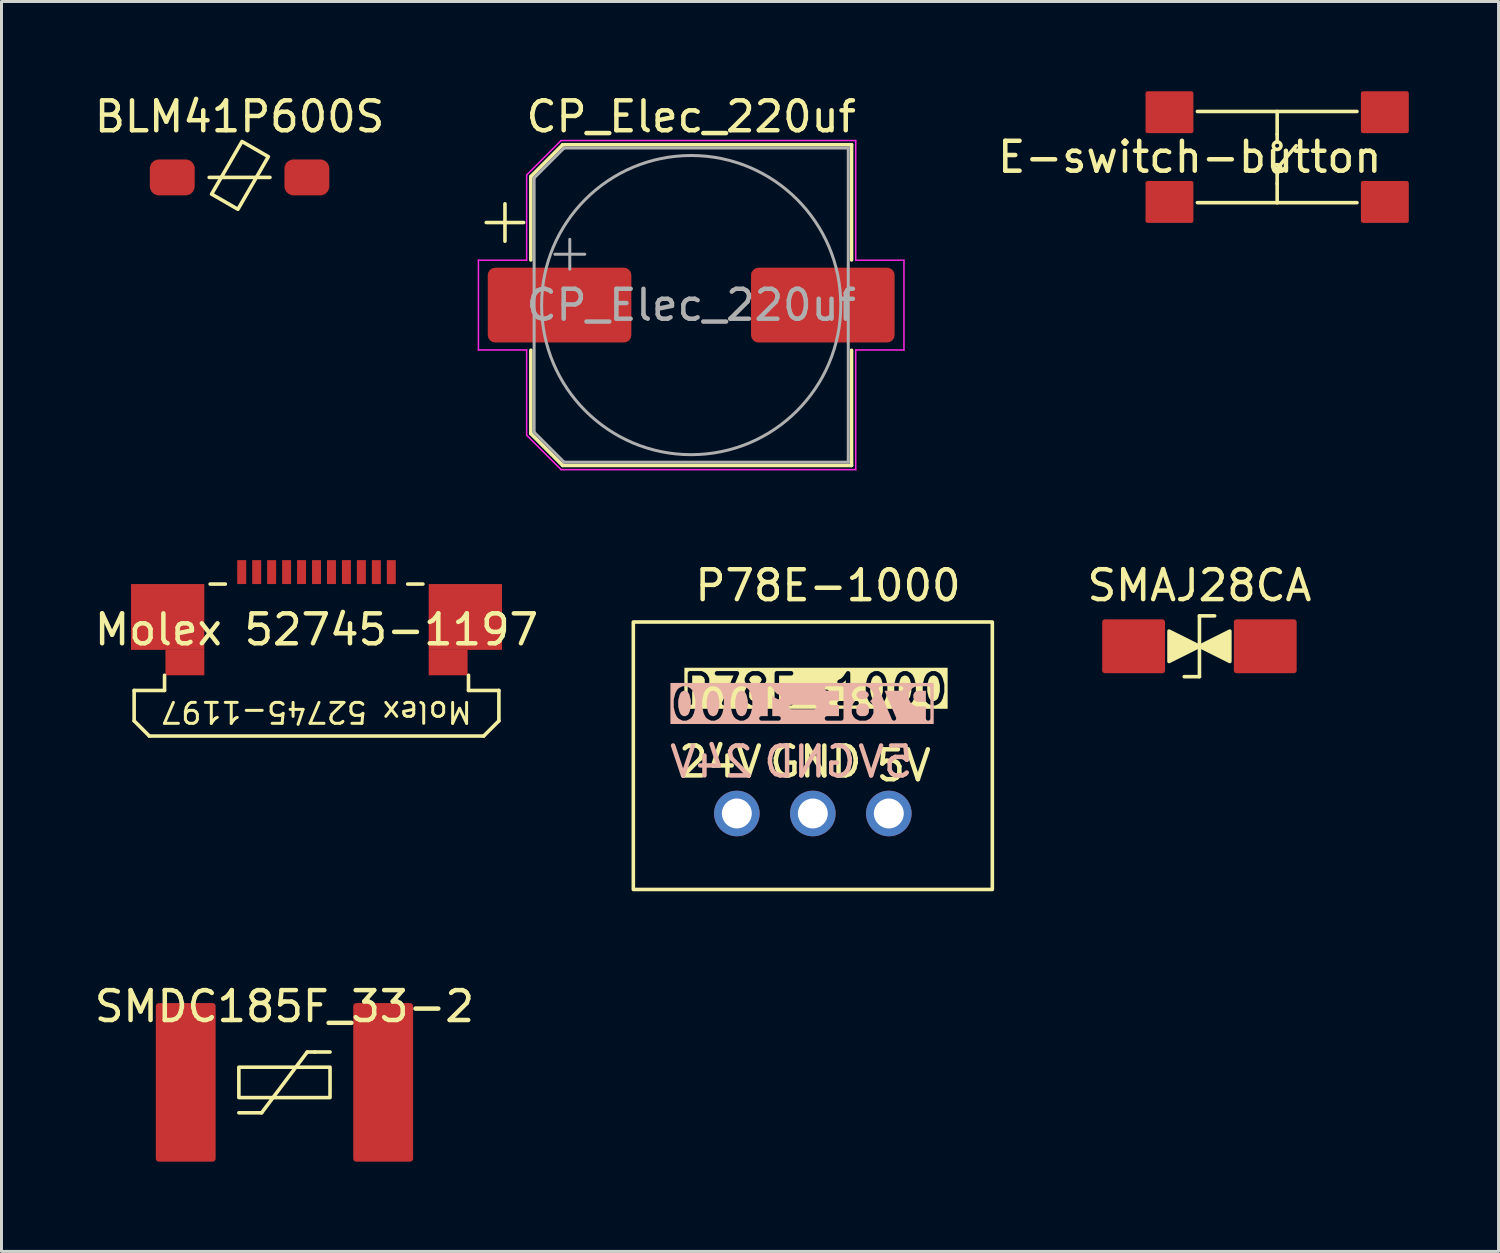
<source format=kicad_pcb>
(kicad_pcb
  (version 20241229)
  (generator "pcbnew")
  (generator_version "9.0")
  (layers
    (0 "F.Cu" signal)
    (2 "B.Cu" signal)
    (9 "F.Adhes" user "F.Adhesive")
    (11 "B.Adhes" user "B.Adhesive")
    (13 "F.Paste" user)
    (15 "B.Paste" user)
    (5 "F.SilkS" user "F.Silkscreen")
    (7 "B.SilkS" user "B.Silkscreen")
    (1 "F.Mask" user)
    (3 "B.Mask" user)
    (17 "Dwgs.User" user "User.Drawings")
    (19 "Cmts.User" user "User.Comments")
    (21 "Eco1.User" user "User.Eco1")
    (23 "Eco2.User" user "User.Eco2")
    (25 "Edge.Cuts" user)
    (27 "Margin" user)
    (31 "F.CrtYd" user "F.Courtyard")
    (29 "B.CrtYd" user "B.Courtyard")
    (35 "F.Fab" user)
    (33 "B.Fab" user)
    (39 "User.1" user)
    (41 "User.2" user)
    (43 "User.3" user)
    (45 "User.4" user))
  (footprint "P78E-1000"
    (layer "F.Cu")
    (at 24.12 24.142)
    (property "Reference" "P78E-1000" (at 0.508 -7.62 0) (unlocked yes) (layer "F.SilkS") (effects (font (size 1 1) (thickness 0.15))))
    (attr through_hole)
    (fp_rect (start -6 -6.4) (end 6 2.54) (stroke (width 0.12) (type default)) (fill no) (layer "F.SilkS"))
    (fp_text user "5V " (at 2.032 -1.016 0) (unlocked yes) (layer "F.SilkS") (effects (font (size 1 1) (thickness 0.15)) (justify left bottom)))
    (fp_text user "GND" (at -1.524 -1.143 0) (unlocked yes) (layer "F.SilkS") (effects (font (size 1 1) (thickness 0.15)) (justify left bottom)))
    (fp_text user "P78E-1000" (at -4.445 -3.556 0) (unlocked yes) (layer "F.SilkS" knockout) (effects (font (size 1 1) (thickness 0.15)) (justify left bottom)))
    (fp_text user "24V " (at -4.572 -1.143 0) (unlocked yes) (layer "F.SilkS") (effects (font (size 1 1) (thickness 0.15)) (justify left bottom)))
    (fp_text user "24V " (at -1.905 -1.143 0) (unlocked yes) (layer "B.SilkS") (effects (font (size 1 1) (thickness 0.15)) (justify left bottom mirror)))
    (fp_text user "P78E-1000" (at 4.191 -3.048 0) (unlocked yes) (layer "B.SilkS" knockout) (effects (font (size 1 1) (thickness 0.15)) (justify left bottom mirror)))
    (fp_text user "5V " (at 3.429 -1.143 0) (unlocked yes) (layer "B.SilkS") (effects (font (size 1 1) (thickness 0.15)) (justify left bottom mirror)))
    (fp_text user "GND" (at 1.524 -1.143 0) (unlocked yes) (layer "B.SilkS") (effects (font (size 1 1) (thickness 0.15)) (justify left bottom mirror)))
    (pad "1" thru_hole circle (at -2.54 0) (size 1.524 1.524) (drill 1) (layers "*.Cu" "*.Mask"))
    (pad "2" thru_hole circle (at 0 0) (size 1.524 1.524) (drill 1) (layers "*.Cu" "*.Mask"))
    (pad "3" thru_hole circle (at 2.54 0) (size 1.524 1.524) (drill 1) (layers "*.Cu" "*.Mask")))
  (footprint "E-switch-button"
    (layer "F.Cu")
    (at 39.641 2.2)
    (property "Reference" "E-switch-button" (at -2.921 0 0) (unlocked yes) (layer "F.SilkS") (effects (font (size 1 1) (thickness 0.15))))
    (attr smd)
    (fp_line (start -2.667 -1.524) (end 2.667 -1.524) (stroke (width 0.12) (type default)) (layer "F.SilkS"))
    (fp_line (start -2.667 1.524) (end 0 1.524) (stroke (width 0.12) (type default)) (layer "F.SilkS"))
    (fp_line (start 0 -0.762) (end 0 -1.524) (stroke (width 0.12) (type default)) (layer "F.SilkS"))
    (fp_line (start 0 -0.762) (end 0 -0.508) (stroke (width 0.12) (type default)) (layer "F.SilkS"))
    (fp_line (start 0 0.381) (end 0.635 -0.381) (stroke (width 0.12) (type default)) (layer "F.SilkS"))
    (fp_line (start 0 0.889) (end 0 0.508) (stroke (width 0.12) (type default)) (layer "F.SilkS"))
    (fp_line (start 0 1.524) (end 0 0.889) (stroke (width 0.12) (type default)) (layer "F.SilkS"))
    (fp_line (start 0 1.524) (end 2.667 1.524) (stroke (width 0.12) (type default)) (layer "F.SilkS"))
    (fp_circle (center 0 -0.381) (end 0.127 -0.381) (stroke (width 0.12) (type default)) (fill no) (layer "F.SilkS"))
    (fp_circle (center 0 0.381) (end 0.127 0.381) (stroke (width 0.12) (type default)) (fill no) (layer "F.SilkS"))
    (pad "1" smd roundrect (at -3.6 1.5) (size 1.6 1.4) (layers "*.Paste" "F.Cu" "F.Mask") (roundrect_rratio 0.05))
    (pad "2" smd roundrect (at 3.6 1.5) (size 1.6 1.4) (layers "*.Paste" "F.Cu" "F.Mask") (roundrect_rratio 0.05))
    (pad "3" smd roundrect (at -3.6 -1.5) (size 1.6 1.4) (layers "*.Paste" "F.Cu" "F.Mask") (roundrect_rratio 0.05))
    (pad "4" smd roundrect (at 3.6 -1.5) (size 1.6 1.4) (layers "*.Paste" "F.Cu" "F.Mask") (roundrect_rratio 0.05)))
  (footprint "SMDC185F_33-2"
    (layer "F.Cu")
    (at 6.458 33.13)
    (property "Reference" "SMDC185F_33-2" (at 0 -2.54 0) (unlocked yes) (layer "F.SilkS") (effects (font (size 1 1) (thickness 0.15))))
    (attr smd)
    (fp_line (start -0.762 1.016) (end -1.524 1.016) (stroke (width 0.12) (type default)) (layer "F.SilkS"))
    (fp_line (start -0.762 1.016) (end 0.762 -1.016) (stroke (width 0.12) (type default)) (layer "F.SilkS"))
    (fp_line (start 1.016 -1.016) (end 0.762 -1.016) (stroke (width 0.12) (type default)) (layer "F.SilkS"))
    (fp_line (start 1.016 -1.016) (end 1.524 -1.016) (stroke (width 0.12) (type default)) (layer "F.SilkS"))
    (fp_rect (start 1.524 -0.508) (end -1.524 0.508) (stroke (width 0.12) (type default)) (fill no) (layer "F.SilkS"))
    (pad "1" smd roundrect (at -3.3 0) (size 2 5.3) (layers "F.Cu" "F.Mask" "F.Paste") (roundrect_rratio 0.05))
    (pad "2" smd roundrect (at 3.3 0) (size 2 5.3) (layers "F.Cu" "F.Mask" "F.Paste") (roundrect_rratio 0.05)))
  (footprint "CP_Elec_220uf"
    (layer "F.Cu")
    (at 20.054 7.148)
    (property "Reference" "CP_Elec_220uf" (at 0 -6.3 0) (layer "F.SilkS") (effects (font (size 1 1) (thickness 0.15))))
    (attr smd)
    (fp_line (start -6.85 -2.76) (end -5.6 -2.76) (stroke (width 0.12) (type solid)) (layer "F.SilkS"))
    (fp_line (start -6.225 -3.385) (end -6.225 -2.135) (stroke (width 0.12) (type solid)) (layer "F.SilkS"))
    (fp_line (start -5.36 -4.296) (end -5.36 -1.51) (stroke (width 0.12) (type solid)) (layer "F.SilkS"))
    (fp_line (start -5.36 -4.296) (end -4.296 -5.36) (stroke (width 0.12) (type solid)) (layer "F.SilkS"))
    (fp_line (start -5.36 4.296) (end -5.36 1.51) (stroke (width 0.12) (type solid)) (layer "F.SilkS"))
    (fp_line (start -5.36 4.296) (end -4.296 5.36) (stroke (width 0.12) (type solid)) (layer "F.SilkS"))
    (fp_line (start -4.296 -5.36) (end 5.36 -5.36) (stroke (width 0.12) (type solid)) (layer "F.SilkS"))
    (fp_line (start -4.296 5.36) (end 5.36 5.36) (stroke (width 0.12) (type solid)) (layer "F.SilkS"))
    (fp_line (start 5.36 -5.36) (end 5.36 -1.51) (stroke (width 0.12) (type solid)) (layer "F.SilkS"))
    (fp_line (start 5.36 5.36) (end 5.36 1.51) (stroke (width 0.12) (type solid)) (layer "F.SilkS"))
    (fp_line (start -7.112 -1.5) (end -7.112 1.5) (stroke (width 0.05) (type solid)) (layer "F.CrtYd"))
    (fp_line (start -7.112 1.5) (end -5.5 1.5) (stroke (width 0.05) (type solid)) (layer "F.CrtYd"))
    (fp_line (start -5.5 -4.35) (end -5.5 -1.5) (stroke (width 0.05) (type solid)) (layer "F.CrtYd"))
    (fp_line (start -5.5 -4.35) (end -4.35 -5.5) (stroke (width 0.05) (type solid)) (layer "F.CrtYd"))
    (fp_line (start -5.5 -1.5) (end -7.112 -1.5) (stroke (width 0.05) (type solid)) (layer "F.CrtYd"))
    (fp_line (start -5.5 1.5) (end -5.5 4.35) (stroke (width 0.05) (type solid)) (layer "F.CrtYd"))
    (fp_line (start -5.5 4.35) (end -4.35 5.5) (stroke (width 0.05) (type solid)) (layer "F.CrtYd"))
    (fp_line (start -4.35 -5.5) (end 5.5 -5.5) (stroke (width 0.05) (type solid)) (layer "F.CrtYd"))
    (fp_line (start -4.35 5.5) (end 5.5 5.5) (stroke (width 0.05) (type solid)) (layer "F.CrtYd"))
    (fp_line (start 5.5 -5.5) (end 5.5 -1.5) (stroke (width 0.05) (type solid)) (layer "F.CrtYd"))
    (fp_line (start 5.5 -1.5) (end 7.112 -1.5) (stroke (width 0.05) (type solid)) (layer "F.CrtYd"))
    (fp_line (start 5.5 1.5) (end 5.5 5.5) (stroke (width 0.05) (type solid)) (layer "F.CrtYd"))
    (fp_line (start 7.112 -1.5) (end 7.112 1.5) (stroke (width 0.05) (type solid)) (layer "F.CrtYd"))
    (fp_line (start 7.112 1.5) (end 5.5 1.5) (stroke (width 0.05) (type solid)) (layer "F.CrtYd"))
    (fp_line (start -5.25 -4.25) (end -5.25 4.25) (stroke (width 0.1) (type solid)) (layer "F.Fab"))
    (fp_line (start -5.25 -4.25) (end -4.25 -5.25) (stroke (width 0.1) (type solid)) (layer "F.Fab"))
    (fp_line (start -5.25 4.25) (end -4.25 5.25) (stroke (width 0.1) (type solid)) (layer "F.Fab"))
    (fp_line (start -4.558 -1.7) (end -3.558 -1.7) (stroke (width 0.1) (type solid)) (layer "F.Fab"))
    (fp_line (start -4.25 -5.25) (end 5.25 -5.25) (stroke (width 0.1) (type solid)) (layer "F.Fab"))
    (fp_line (start -4.25 5.25) (end 5.25 5.25) (stroke (width 0.1) (type solid)) (layer "F.Fab"))
    (fp_line (start -4.058 -2.2) (end -4.058 -1.2) (stroke (width 0.1) (type solid)) (layer "F.Fab"))
    (fp_line (start 5.25 -5.25) (end 5.25 5.25) (stroke (width 0.1) (type solid)) (layer "F.Fab"))
    (fp_circle (center 0 0) (end 5 0) (stroke (width 0.1) (type solid)) (fill no) (layer "F.Fab"))
    (fp_text user "${REFERENCE}" (at 0 0 0) (layer "F.Fab") (effects (font (size 1 1) (thickness 0.15))))
    (pad "1" smd roundrect (at -4.4 0) (size 4.8 2.5) (layers "F.Cu" "F.Mask" "F.Paste") (roundrect_rratio 0.1))
    (pad "2" smd roundrect (at 4.4 0) (size 4.8 2.5) (layers "F.Cu" "F.Mask" "F.Paste") (roundrect_rratio 0.1)))
  (footprint "BLM41P600S"
    (layer "F.Cu")
    (at 4.958 2.88)
    (property "Reference" "BLM41P600S" (at 0 -2.032 0) (unlocked yes) (layer "F.SilkS") (effects (font (size 1 1) (thickness 0.15))))
    (attr smd)
    (fp_line (start -1.016 0) (end -0.508 0) (stroke (width 0.12) (type default)) (layer "F.SilkS"))
    (fp_line (start -0.508 0) (end 1.016 0) (stroke (width 0.12) (type default)) (layer "F.SilkS"))
    (fp_poly (pts (xy 0.081 -1.201) (xy 0.961 -0.693) (xy -0.055 1.066) (xy -0.935 0.558)) (stroke (width 0.12) (type default)) (fill no) (layer "F.SilkS"))
    (pad "1" smd roundrect (at 2.25 0) (size 1.5 1.2) (layers "F.Cu" "F.Mask" "F.Paste") (roundrect_rratio 0.25))
    (pad "2" smd roundrect (at -2.25 0) (size 1.5 1.2) (layers "F.Cu" "F.Mask" "F.Paste") (roundrect_rratio 0.25)))
  (footprint "Molex 52745-1197"
    (layer "F.Cu")
    (at 7.53 16.473)
    (property "Reference" "Molex 52745-1197" (at 0 1.524 0) (unlocked yes) (layer "F.SilkS") (effects (font (size 1 1) (thickness 0.15))))
    (attr smd)
    (fp_line (start -6.096 3.556) (end -5.08 3.556) (stroke (width 0.12) (type default)) (layer "F.SilkS"))
    (fp_line (start -6.096 4.572) (end -6.096 3.556) (stroke (width 0.12) (type default)) (layer "F.SilkS"))
    (fp_line (start -5.588 5.08) (end -6.096 4.572) (stroke (width 0.12) (type default)) (layer "F.SilkS"))
    (fp_line (start -5.08 3.556) (end -5.08 3.048) (stroke (width 0.12) (type default)) (layer "F.SilkS"))
    (fp_line (start -3.048 0) (end -3.556 0) (stroke (width 0.12) (type default)) (layer "F.SilkS"))
    (fp_line (start 3.556 0) (end 3.048 0) (stroke (width 0.12) (type default)) (layer "F.SilkS"))
    (fp_line (start 5.08 3.048) (end 5.08 3.556) (stroke (width 0.12) (type default)) (layer "F.SilkS"))
    (fp_line (start 5.08 3.556) (end 6.096 3.556) (stroke (width 0.12) (type default)) (layer "F.SilkS"))
    (fp_line (start 5.588 5.08) (end -5.588 5.08) (stroke (width 0.12) (type default)) (layer "F.SilkS"))
    (fp_line (start 6.096 3.556) (end 6.096 4.572) (stroke (width 0.12) (type default)) (layer "F.SilkS"))
    (fp_line (start 6.096 4.572) (end 5.588 5.08) (stroke (width 0.12) (type default)) (layer "F.SilkS"))
    (fp_text user "Molex 52745-1197" (at 0 3.864 180) (unlocked yes) (layer "F.SilkS") (effects (font (size 0.7 0.7) (thickness 0.1)) (justify bottom)))
    (pad "1" smd roundrect (at 2.5 -0.4 90) (size 0.8 0.3) (layers "F.Cu" "F.Mask" "F.Paste") (roundrect_rratio 0.05))
    (pad "2" smd roundrect (at 2 -0.4 90) (size 0.8 0.3) (layers "F.Cu" "F.Mask" "F.Paste") (roundrect_rratio 0.05))
    (pad "3" smd roundrect (at 1.5 -0.4 90) (size 0.8 0.3) (layers "F.Cu" "F.Mask" "F.Paste") (roundrect_rratio 0.05))
    (pad "4" smd roundrect (at 1 -0.4 90) (size 0.8 0.3) (layers "F.Cu" "F.Mask" "F.Paste") (roundrect_rratio 0.05))
    (pad "5" smd roundrect (at 0.5 -0.4 90) (size 0.8 0.3) (layers "F.Cu" "F.Mask" "F.Paste") (roundrect_rratio 0.05))
    (pad "6" smd roundrect (at 0 -0.4 90) (size 0.8 0.3) (layers "F.Cu" "F.Mask" "F.Paste") (roundrect_rratio 0.05))
    (pad "7" smd roundrect (at -0.5 -0.4 90) (size 0.8 0.3) (layers "F.Cu" "F.Mask" "F.Paste") (roundrect_rratio 0.05))
    (pad "8" smd roundrect (at -1 -0.4 90) (size 0.8 0.3) (layers "F.Cu" "F.Mask" "F.Paste") (roundrect_rratio 0.05))
    (pad "9" smd roundrect (at -1.5 -0.4 90) (size 0.8 0.3) (layers "F.Cu" "F.Mask" "F.Paste") (roundrect_rratio 0.05))
    (pad "10" smd roundrect (at -2 -0.4 90) (size 0.8 0.3) (layers "F.Cu" "F.Mask" "F.Paste") (roundrect_rratio 0.05))
    (pad "11" smd roundrect (at -2.5 -0.4 90) (size 0.8 0.3) (layers "F.Cu" "F.Mask" "F.Paste") (roundrect_rratio 0.05))
    (pad "12" smd rect (at -4.975 1.1) (size 2.45 2.2) (layers "F.Cu" "F.Mask" "F.Paste"))
    (pad "12" smd rect (at -4.4 2.625) (size 1.3 0.85) (layers "F.Cu" "F.Mask" "F.Paste"))
    (pad "12" smd rect (at 4.4 2.625) (size 1.3 0.85) (layers "F.Cu" "F.Mask" "F.Paste"))
    (pad "12" smd rect (at 4.975 1.1) (size 2.45 2.2) (layers "F.Cu" "F.Mask" "F.Paste")))
  (footprint "SMAJ28CA"
    (layer "F.Cu")
    (at 37.043 18.553)
    (property "Reference" "SMAJ28CA" (at 0 -2.032 0) (unlocked yes) (layer "F.SilkS") (effects (font (size 1 1) (thickness 0.15))))
    (attr smd)
    (fp_line (start -0.508 1.016) (end 0 1.016) (stroke (width 0.12) (type default)) (layer "F.SilkS"))
    (fp_line (start 0 -1.016) (end 0.508 -1.016) (stroke (width 0.12) (type default)) (layer "F.SilkS"))
    (fp_line (start 0 1.016) (end 0 -1.016) (stroke (width 0.12) (type default)) (layer "F.SilkS"))
    (fp_poly (pts (xy -1.016 -0.508) (xy -1.016 0.508) (xy 1.016 -0.508) (xy 1.016 0.508)) (stroke (width 0.12) (type solid)) (fill yes) (layer "F.SilkS"))
    (pad "1" smd roundrect (at 2.2 0) (size 2.1 1.8) (layers "F.Cu" "F.Mask" "F.Paste") (roundrect_rratio 0.05))
    (pad "2" smd roundrect (at -2.2 0) (size 2.1 1.8) (layers "F.Cu" "F.Mask" "F.Paste") (roundrect_rratio 0.05)))
  (gr_rect
    (start -3 -3)
    (end 47.041 38.78)
    (stroke (width 0.1) (type default))
    (fill no)
    (layer "Edge.Cuts")))
</source>
